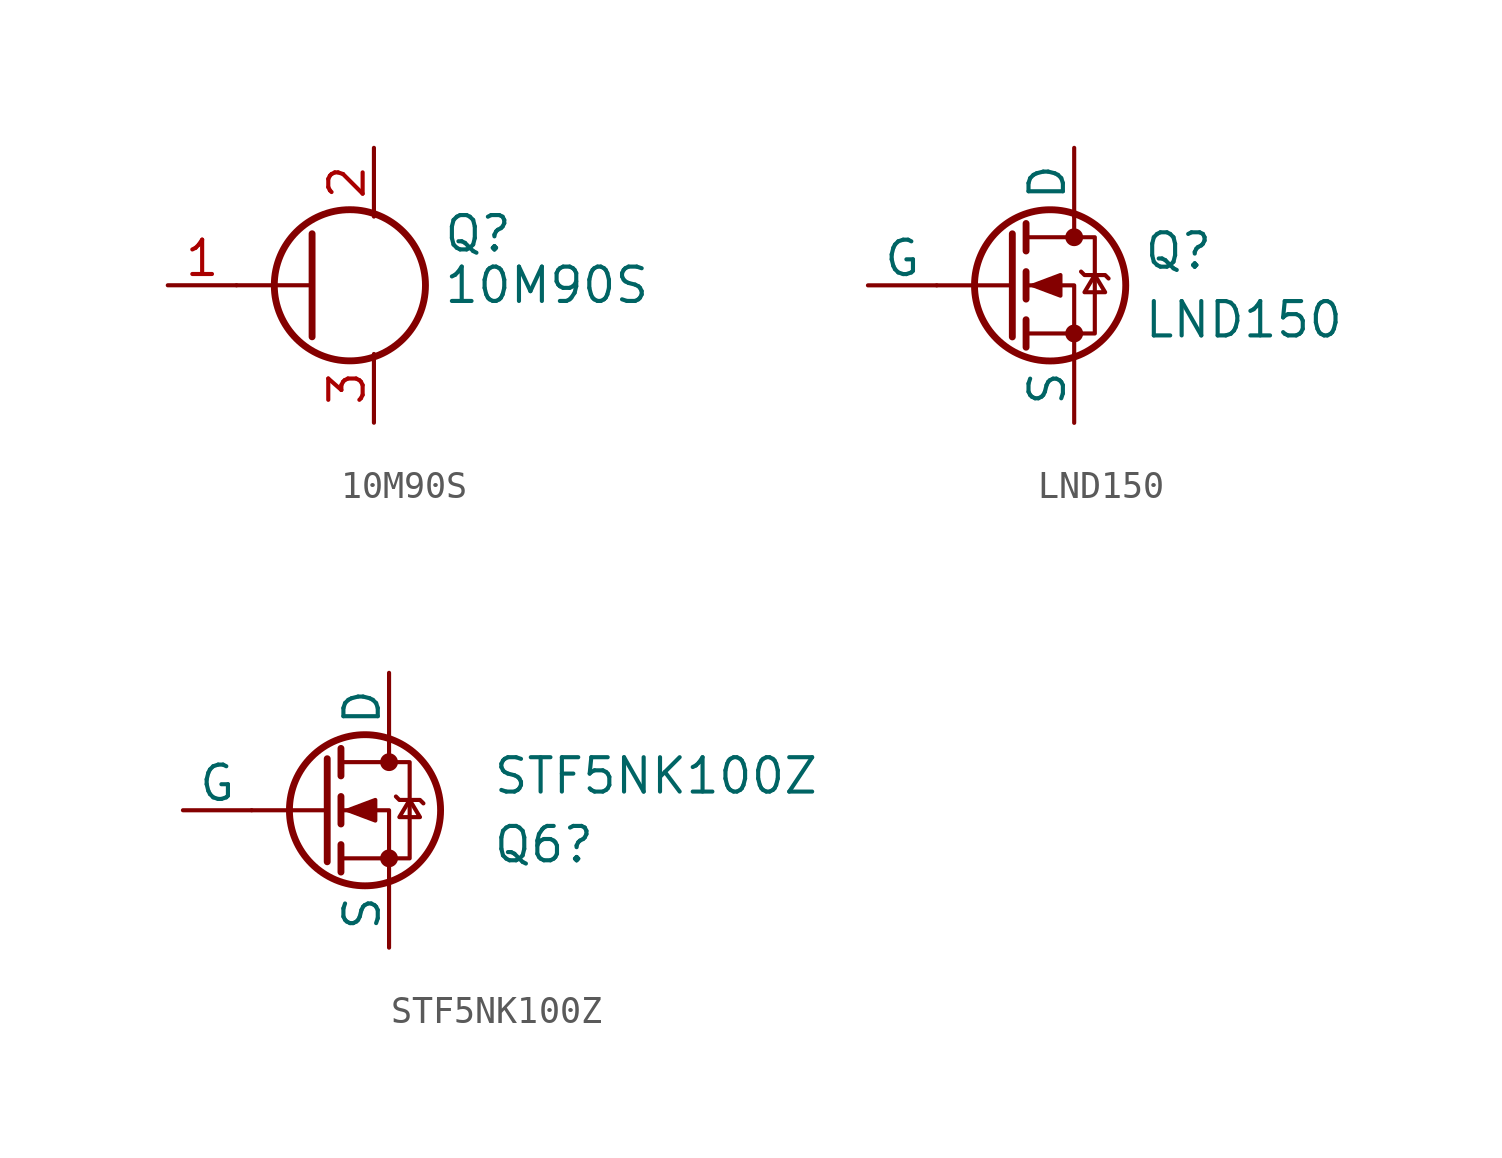
<source format=kicad_sym>
(kicad_symbol_lib
  (version 20220914)
  (generator kicad_symbol_editor)
  (symbol "10M90S"
    (pin_names
      (offset 0) hide)
    (property "Reference" "Q"
      (at 5.08 1.905 0)
      (effects (font (size 1.27 1.27)) (justify left)))
    (property "Value" "10M90S"
      (at 5.08 0 0)
      (effects (font (size 1.27 1.27)) (justify left)))
    (symbol "10M90S_0_1"
      (polyline (pts (xy 0.254 0) (xy -2.54 0)) (stroke (width 0) (type default)) (fill (type none)))
      (polyline (pts (xy 0.254 1.905) (xy 0.254 -1.905)) (stroke (width 0.254) (type default)) (fill (type none)))
      (circle (center 1.651 0) (radius 2.794) (stroke (width 0.254) (type default)) (fill (type none))))
    (symbol "10M90S_1_1"
      (pin input line (at -5.08 0 0) (length 2.54) (name "G" (effects (font (size 1.27 1.27)))) (number "1" (effects (font (size 1.27 1.27)))))
      (pin passive line (at 2.54 5.08 270) (length 2.54) (name "A+" (effects (font (size 1.27 1.27)))) (number "2" (effects (font (size 1.27 1.27)))))
      (pin passive line (at 2.54 -5.08 90) (length 2.54) (name "K-" (effects (font (size 1.27 1.27)))) (number "3" (effects (font (size 1.27 1.27)))))))
  (symbol "LND150"
    (pin_numbers hide)
    (pin_names
      (offset 0))
    (property "Reference" "Q"
      (at 5.08 1.27 0)
      (effects (font (size 1.27 1.27)) (justify left)))
    (property "Value" "LND150"
      (at 5.08 -1.27 0)
      (effects (font (size 1.27 1.27)) (justify left)))
    (symbol "LND150_0_1"
      (polyline (pts (xy 0.254 0) (xy -2.54 0)) (stroke (width 0) (type default)) (fill (type none)))
      (polyline (pts (xy 0.254 1.905) (xy 0.254 -1.905)) (stroke (width 0.254) (type default)) (fill (type none)))
      (polyline (pts (xy 0.762 -1.27) (xy 0.762 -2.286)) (stroke (width 0.254) (type default)) (fill (type none)))
      (polyline (pts (xy 0.762 0.508) (xy 0.762 -0.508)) (stroke (width 0.254) (type default)) (fill (type none)))
      (polyline (pts (xy 0.762 2.286) (xy 0.762 1.27)) (stroke (width 0.254) (type default)) (fill (type none)))
      (polyline (pts (xy 2.54 2.54) (xy 2.54 1.778)) (stroke (width 0) (type default)) (fill (type none)))
      (polyline (pts (xy 2.54 -2.54) (xy 2.54 0) (xy 0.762 0)) (stroke (width 0) (type default)) (fill (type none)))
      (polyline (pts (xy 0.762 -1.778) (xy 3.302 -1.778) (xy 3.302 1.778) (xy 0.762 1.778)) (stroke (width 0) (type default)) (fill (type none)))
      (polyline (pts (xy 1.016 0) (xy 2.032 0.381) (xy 2.032 -0.381) (xy 1.016 0)) (stroke (width 0) (type default)) (fill (type outline)))
      (polyline (pts (xy 2.794 0.508) (xy 2.921 0.381) (xy 3.683 0.381) (xy 3.81 0.254)) (stroke (width 0) (type default)) (fill (type none)))
      (polyline (pts (xy 3.302 0.381) (xy 2.921 -0.254) (xy 3.683 -0.254) (xy 3.302 0.381)) (stroke (width 0) (type default)) (fill (type none)))
      (circle (center 1.651 0) (radius 2.794) (stroke (width 0.254) (type default)) (fill (type none)))
      (circle (center 2.54 -1.778) (radius 0.254) (stroke (width 0) (type default)) (fill (type outline)))
      (circle (center 2.54 1.778) (radius 0.254) (stroke (width 0) (type default)) (fill (type outline))))
    (symbol "LND150_1_1"
      (pin passive line (at 2.54 -5.08 90) (length 2.54) (name "S" (effects (font (size 1.27 1.27)))) (number "1" (effects (font (size 1.27 1.27)))))
      (pin input line (at -5.08 0 0) (length 2.54) (name "G" (effects (font (size 1.27 1.27)))) (number "2" (effects (font (size 1.27 1.27)))))
      (pin passive line (at 2.54 5.08 270) (length 2.54) (name "D" (effects (font (size 1.27 1.27)))) (number "3" (effects (font (size 1.27 1.27)))))))
  (symbol "STF5NK100Z"
    (pin_numbers hide)
    (pin_names
      (offset 0))
    (property "Reference" "Q6"
      (at 6.35 -1.27 0)
      (effects (font (size 1.27 1.27)) (justify left)))
    (property "Value" "STF5NK100Z"
      (at 6.35 1.27 0)
      (effects (font (size 1.27 1.27)) (justify left)))
    (symbol "STF5NK100Z_0_1"
      (polyline (pts (xy 0.254 0) (xy -2.54 0)) (stroke (width 0) (type default)) (fill (type none)))
      (polyline (pts (xy 0.254 1.905) (xy 0.254 -1.905)) (stroke (width 0.254) (type default)) (fill (type none)))
      (polyline (pts (xy 0.762 -1.27) (xy 0.762 -2.286)) (stroke (width 0.254) (type default)) (fill (type none)))
      (polyline (pts (xy 0.762 0.508) (xy 0.762 -0.508)) (stroke (width 0.254) (type default)) (fill (type none)))
      (polyline (pts (xy 0.762 2.286) (xy 0.762 1.27)) (stroke (width 0.254) (type default)) (fill (type none)))
      (polyline (pts (xy 2.54 2.54) (xy 2.54 1.778)) (stroke (width 0) (type default)) (fill (type none)))
      (polyline (pts (xy 2.54 -2.54) (xy 2.54 0) (xy 0.762 0)) (stroke (width 0) (type default)) (fill (type none)))
      (polyline (pts (xy 0.762 -1.778) (xy 3.302 -1.778) (xy 3.302 1.778) (xy 0.762 1.778)) (stroke (width 0) (type default)) (fill (type none)))
      (polyline (pts (xy 1.016 0) (xy 2.032 0.381) (xy 2.032 -0.381) (xy 1.016 0)) (stroke (width 0) (type default)) (fill (type outline)))
      (polyline (pts (xy 2.794 0.508) (xy 2.921 0.381) (xy 3.683 0.381) (xy 3.81 0.254)) (stroke (width 0) (type default)) (fill (type none)))
      (polyline (pts (xy 3.302 0.381) (xy 2.921 -0.254) (xy 3.683 -0.254) (xy 3.302 0.381)) (stroke (width 0) (type default)) (fill (type none)))
      (circle (center 1.651 0) (radius 2.794) (stroke (width 0.254) (type default)) (fill (type none)))
      (circle (center 2.54 -1.778) (radius 0.254) (stroke (width 0) (type default)) (fill (type outline)))
      (circle (center 2.54 1.778) (radius 0.254) (stroke (width 0) (type default)) (fill (type outline))))
    (symbol "STF5NK100Z_1_1"
      (pin input line (at -5.08 0 0) (length 2.54) (name "G" (effects (font (size 1.27 1.27)))) (number "1" (effects (font (size 1.27 1.27)))))
      (pin passive line (at 2.54 5.08 270) (length 2.54) (name "D" (effects (font (size 1.27 1.27)))) (number "2" (effects (font (size 1.27 1.27)))))
      (pin passive line (at 2.54 -5.08 90) (length 2.54) (name "S" (effects (font (size 1.27 1.27)))) (number "3" (effects (font (size 1.27 1.27))))))))
</source>
